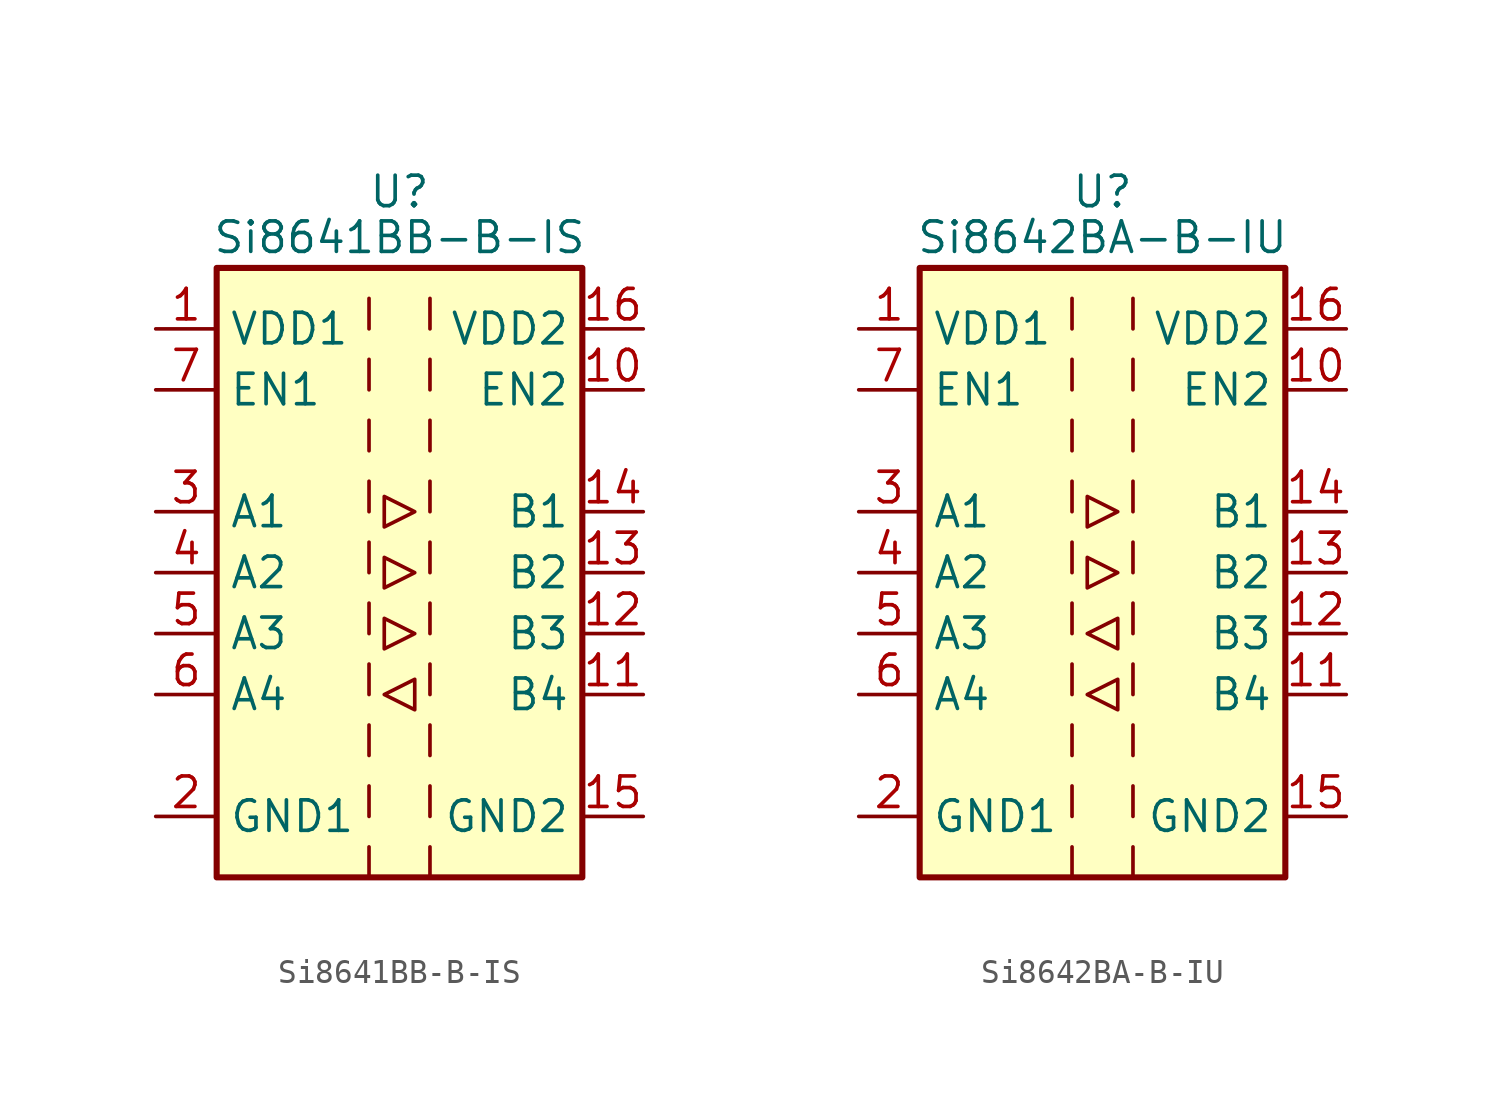
<source format=kicad_sym>
(kicad_symbol_lib
  (version 20220914)
  (generator kicad_symbol_editor)
  (symbol "Si8641BB-B-IS"
    (property "Reference" "U"
      (at 0 15.875 0)
      (effects (font (size 1.27 1.27))))
    (property "Value" "Si8641BB-B-IS"
      (at 0 13.97 0)
      (effects (font (size 1.27 1.27))))
    (symbol "Si8641BB-B-IS_0_1"
      (rectangle (start -7.62 12.7) (end 7.62 -12.7) (stroke (width 0.254) (type default)) (fill (type background)))
      (polyline (pts (xy -1.27 -11.43) (xy -1.27 -12.7)) (stroke (width 0) (type default)) (fill (type none)))
      (polyline (pts (xy -1.27 -8.89) (xy -1.27 -10.16)) (stroke (width 0) (type default)) (fill (type none)))
      (polyline (pts (xy -1.27 -6.35) (xy -1.27 -7.62)) (stroke (width 0) (type default)) (fill (type none)))
      (polyline (pts (xy -1.27 -3.81) (xy -1.27 -5.08)) (stroke (width 0) (type default)) (fill (type none)))
      (polyline (pts (xy -1.27 -1.27) (xy -1.27 -2.54)) (stroke (width 0) (type default)) (fill (type none)))
      (polyline (pts (xy -1.27 1.27) (xy -1.27 0)) (stroke (width 0) (type default)) (fill (type none)))
      (polyline (pts (xy -1.27 3.81) (xy -1.27 2.54)) (stroke (width 0) (type default)) (fill (type none)))
      (polyline (pts (xy -1.27 6.35) (xy -1.27 5.08)) (stroke (width 0) (type default)) (fill (type none)))
      (polyline (pts (xy -1.27 8.89) (xy -1.27 7.62)) (stroke (width 0) (type default)) (fill (type none)))
      (polyline (pts (xy -1.27 11.43) (xy -1.27 10.16)) (stroke (width 0) (type default)) (fill (type none)))
      (polyline (pts (xy 1.27 -11.43) (xy 1.27 -12.7)) (stroke (width 0) (type default)) (fill (type none)))
      (polyline (pts (xy 1.27 -8.89) (xy 1.27 -10.16)) (stroke (width 0) (type default)) (fill (type none)))
      (polyline (pts (xy 1.27 -6.35) (xy 1.27 -7.62)) (stroke (width 0) (type default)) (fill (type none)))
      (polyline (pts (xy 1.27 -3.81) (xy 1.27 -5.08)) (stroke (width 0) (type default)) (fill (type none)))
      (polyline (pts (xy 1.27 -1.27) (xy 1.27 -2.54)) (stroke (width 0) (type default)) (fill (type none)))
      (polyline (pts (xy 1.27 1.27) (xy 1.27 0)) (stroke (width 0) (type default)) (fill (type none)))
      (polyline (pts (xy 1.27 3.81) (xy 1.27 2.54)) (stroke (width 0) (type default)) (fill (type none)))
      (polyline (pts (xy 1.27 6.35) (xy 1.27 5.08)) (stroke (width 0) (type default)) (fill (type none)))
      (polyline (pts (xy 1.27 8.89) (xy 1.27 7.62)) (stroke (width 0) (type default)) (fill (type none)))
      (polyline (pts (xy 1.27 11.43) (xy 1.27 10.16)) (stroke (width 0) (type default)) (fill (type none)))
      (polyline (pts (xy -0.635 -5.08) (xy 0.635 -4.445) (xy 0.635 -5.715) (xy -0.635 -5.08)) (stroke (width 0) (type default)) (fill (type none)))
      (polyline (pts (xy -0.635 0.635) (xy -0.635 -0.635) (xy 0.635 0) (xy -0.635 0.635)) (stroke (width 0) (type default)) (fill (type none)))
      (polyline (pts (xy -0.635 3.175) (xy -0.635 1.905) (xy 0.635 2.54) (xy -0.635 3.175)) (stroke (width 0) (type default)) (fill (type none)))
      (polyline (pts (xy 0.635 -2.54) (xy -0.635 -1.905) (xy -0.635 -3.175) (xy 0.635 -2.54)) (stroke (width 0) (type default)) (fill (type none))))
    (symbol "Si8641BB-B-IS_1_1"
      (pin power_in line (at -10.16 10.16 0) (length 2.54) (name "VDD1" (effects (font (size 1.27 1.27)))) (number "1" (effects (font (size 1.27 1.27)))))
      (pin input line (at 10.16 7.62 180) (length 2.54) (name "EN2" (effects (font (size 1.27 1.27)))) (number "10" (effects (font (size 1.27 1.27)))))
      (pin input line (at 10.16 -5.08 180) (length 2.54) (name "B4" (effects (font (size 1.27 1.27)))) (number "11" (effects (font (size 1.27 1.27)))))
      (pin output line (at 10.16 -2.54 180) (length 2.54) (name "B3" (effects (font (size 1.27 1.27)))) (number "12" (effects (font (size 1.27 1.27)))))
      (pin output line (at 10.16 0 180) (length 2.54) (name "B2" (effects (font (size 1.27 1.27)))) (number "13" (effects (font (size 1.27 1.27)))))
      (pin output line (at 10.16 2.54 180) (length 2.54) (name "B1" (effects (font (size 1.27 1.27)))) (number "14" (effects (font (size 1.27 1.27)))))
      (pin power_in line (at 10.16 -10.16 180) (length 2.54) (name "GND2" (effects (font (size 1.27 1.27)))) (number "15" (effects (font (size 1.27 1.27)))))
      (pin power_in line (at 10.16 10.16 180) (length 2.54) (name "VDD2" (effects (font (size 1.27 1.27)))) (number "16" (effects (font (size 1.27 1.27)))))
      (pin power_in line (at -10.16 -10.16 0) (length 2.54) (name "GND1" (effects (font (size 1.27 1.27)))) (number "2" (effects (font (size 1.27 1.27)))))
      (pin input line (at -10.16 2.54 0) (length 2.54) (name "A1" (effects (font (size 1.27 1.27)))) (number "3" (effects (font (size 1.27 1.27)))))
      (pin input line (at -10.16 0 0) (length 2.54) (name "A2" (effects (font (size 1.27 1.27)))) (number "4" (effects (font (size 1.27 1.27)))))
      (pin input line (at -10.16 -2.54 0) (length 2.54) (name "A3" (effects (font (size 1.27 1.27)))) (number "5" (effects (font (size 1.27 1.27)))))
      (pin output line (at -10.16 -5.08 0) (length 2.54) (name "A4" (effects (font (size 1.27 1.27)))) (number "6" (effects (font (size 1.27 1.27)))))
      (pin input line (at -10.16 7.62 0) (length 2.54) (name "EN1" (effects (font (size 1.27 1.27)))) (number "7" (effects (font (size 1.27 1.27)))))
      (pin passive line (at -10.16 -10.16 0) (length 2.54) hide (name "GND1" (effects (font (size 1.27 1.27)))) (number "8" (effects (font (size 1.27 1.27)))))
      (pin passive line (at 10.16 -10.16 180) (length 2.54) hide (name "GND2" (effects (font (size 1.27 1.27)))) (number "9" (effects (font (size 1.27 1.27)))))))
  (symbol "Si8642BA-B-IU"
    (property "Reference" "U"
      (at 0 15.875 0)
      (effects (font (size 1.27 1.27))))
    (property "Value" "Si8642BA-B-IU"
      (at 0 13.97 0)
      (effects (font (size 1.27 1.27))))
    (symbol "Si8642BA-B-IU_0_1"
      (rectangle (start -7.62 12.7) (end 7.62 -12.7) (stroke (width 0.254) (type default)) (fill (type background)))
      (polyline (pts (xy -1.27 -11.43) (xy -1.27 -12.7)) (stroke (width 0) (type default)) (fill (type none)))
      (polyline (pts (xy -1.27 -8.89) (xy -1.27 -10.16)) (stroke (width 0) (type default)) (fill (type none)))
      (polyline (pts (xy -1.27 -6.35) (xy -1.27 -7.62)) (stroke (width 0) (type default)) (fill (type none)))
      (polyline (pts (xy -1.27 -3.81) (xy -1.27 -5.08)) (stroke (width 0) (type default)) (fill (type none)))
      (polyline (pts (xy -1.27 -1.27) (xy -1.27 -2.54)) (stroke (width 0) (type default)) (fill (type none)))
      (polyline (pts (xy -1.27 1.27) (xy -1.27 0)) (stroke (width 0) (type default)) (fill (type none)))
      (polyline (pts (xy -1.27 3.81) (xy -1.27 2.54)) (stroke (width 0) (type default)) (fill (type none)))
      (polyline (pts (xy -1.27 6.35) (xy -1.27 5.08)) (stroke (width 0) (type default)) (fill (type none)))
      (polyline (pts (xy -1.27 8.89) (xy -1.27 7.62)) (stroke (width 0) (type default)) (fill (type none)))
      (polyline (pts (xy -1.27 11.43) (xy -1.27 10.16)) (stroke (width 0) (type default)) (fill (type none)))
      (polyline (pts (xy 1.27 -11.43) (xy 1.27 -12.7)) (stroke (width 0) (type default)) (fill (type none)))
      (polyline (pts (xy 1.27 -8.89) (xy 1.27 -10.16)) (stroke (width 0) (type default)) (fill (type none)))
      (polyline (pts (xy 1.27 -6.35) (xy 1.27 -7.62)) (stroke (width 0) (type default)) (fill (type none)))
      (polyline (pts (xy 1.27 -3.81) (xy 1.27 -5.08)) (stroke (width 0) (type default)) (fill (type none)))
      (polyline (pts (xy 1.27 -1.27) (xy 1.27 -2.54)) (stroke (width 0) (type default)) (fill (type none)))
      (polyline (pts (xy 1.27 1.27) (xy 1.27 0)) (stroke (width 0) (type default)) (fill (type none)))
      (polyline (pts (xy 1.27 3.81) (xy 1.27 2.54)) (stroke (width 0) (type default)) (fill (type none)))
      (polyline (pts (xy 1.27 6.35) (xy 1.27 5.08)) (stroke (width 0) (type default)) (fill (type none)))
      (polyline (pts (xy 1.27 8.89) (xy 1.27 7.62)) (stroke (width 0) (type default)) (fill (type none)))
      (polyline (pts (xy 1.27 11.43) (xy 1.27 10.16)) (stroke (width 0) (type default)) (fill (type none)))
      (polyline (pts (xy -0.635 -5.08) (xy 0.635 -4.445) (xy 0.635 -5.715) (xy -0.635 -5.08)) (stroke (width 0) (type default)) (fill (type none)))
      (polyline (pts (xy -0.635 -2.54) (xy 0.635 -1.905) (xy 0.635 -3.175) (xy -0.635 -2.54)) (stroke (width 0) (type default)) (fill (type none)))
      (polyline (pts (xy -0.635 0.635) (xy -0.635 -0.635) (xy 0.635 0) (xy -0.635 0.635)) (stroke (width 0) (type default)) (fill (type none)))
      (polyline (pts (xy -0.635 3.175) (xy -0.635 1.905) (xy 0.635 2.54) (xy -0.635 3.175)) (stroke (width 0) (type default)) (fill (type none))))
    (symbol "Si8642BA-B-IU_1_1"
      (pin power_in line (at -10.16 10.16 0) (length 2.54) (name "VDD1" (effects (font (size 1.27 1.27)))) (number "1" (effects (font (size 1.27 1.27)))))
      (pin input line (at 10.16 7.62 180) (length 2.54) (name "EN2" (effects (font (size 1.27 1.27)))) (number "10" (effects (font (size 1.27 1.27)))))
      (pin input line (at 10.16 -5.08 180) (length 2.54) (name "B4" (effects (font (size 1.27 1.27)))) (number "11" (effects (font (size 1.27 1.27)))))
      (pin input line (at 10.16 -2.54 180) (length 2.54) (name "B3" (effects (font (size 1.27 1.27)))) (number "12" (effects (font (size 1.27 1.27)))))
      (pin output line (at 10.16 0 180) (length 2.54) (name "B2" (effects (font (size 1.27 1.27)))) (number "13" (effects (font (size 1.27 1.27)))))
      (pin output line (at 10.16 2.54 180) (length 2.54) (name "B1" (effects (font (size 1.27 1.27)))) (number "14" (effects (font (size 1.27 1.27)))))
      (pin power_in line (at 10.16 -10.16 180) (length 2.54) (name "GND2" (effects (font (size 1.27 1.27)))) (number "15" (effects (font (size 1.27 1.27)))))
      (pin power_in line (at 10.16 10.16 180) (length 2.54) (name "VDD2" (effects (font (size 1.27 1.27)))) (number "16" (effects (font (size 1.27 1.27)))))
      (pin power_in line (at -10.16 -10.16 0) (length 2.54) (name "GND1" (effects (font (size 1.27 1.27)))) (number "2" (effects (font (size 1.27 1.27)))))
      (pin input line (at -10.16 2.54 0) (length 2.54) (name "A1" (effects (font (size 1.27 1.27)))) (number "3" (effects (font (size 1.27 1.27)))))
      (pin input line (at -10.16 0 0) (length 2.54) (name "A2" (effects (font (size 1.27 1.27)))) (number "4" (effects (font (size 1.27 1.27)))))
      (pin output line (at -10.16 -2.54 0) (length 2.54) (name "A3" (effects (font (size 1.27 1.27)))) (number "5" (effects (font (size 1.27 1.27)))))
      (pin output line (at -10.16 -5.08 0) (length 2.54) (name "A4" (effects (font (size 1.27 1.27)))) (number "6" (effects (font (size 1.27 1.27)))))
      (pin input line (at -10.16 7.62 0) (length 2.54) (name "EN1" (effects (font (size 1.27 1.27)))) (number "7" (effects (font (size 1.27 1.27)))))
      (pin passive line (at -10.16 -10.16 0) (length 2.54) hide (name "GND1" (effects (font (size 1.27 1.27)))) (number "8" (effects (font (size 1.27 1.27)))))
      (pin passive line (at 10.16 -10.16 180) (length 2.54) hide (name "GND2" (effects (font (size 1.27 1.27)))) (number "9" (effects (font (size 1.27 1.27))))))))
</source>
